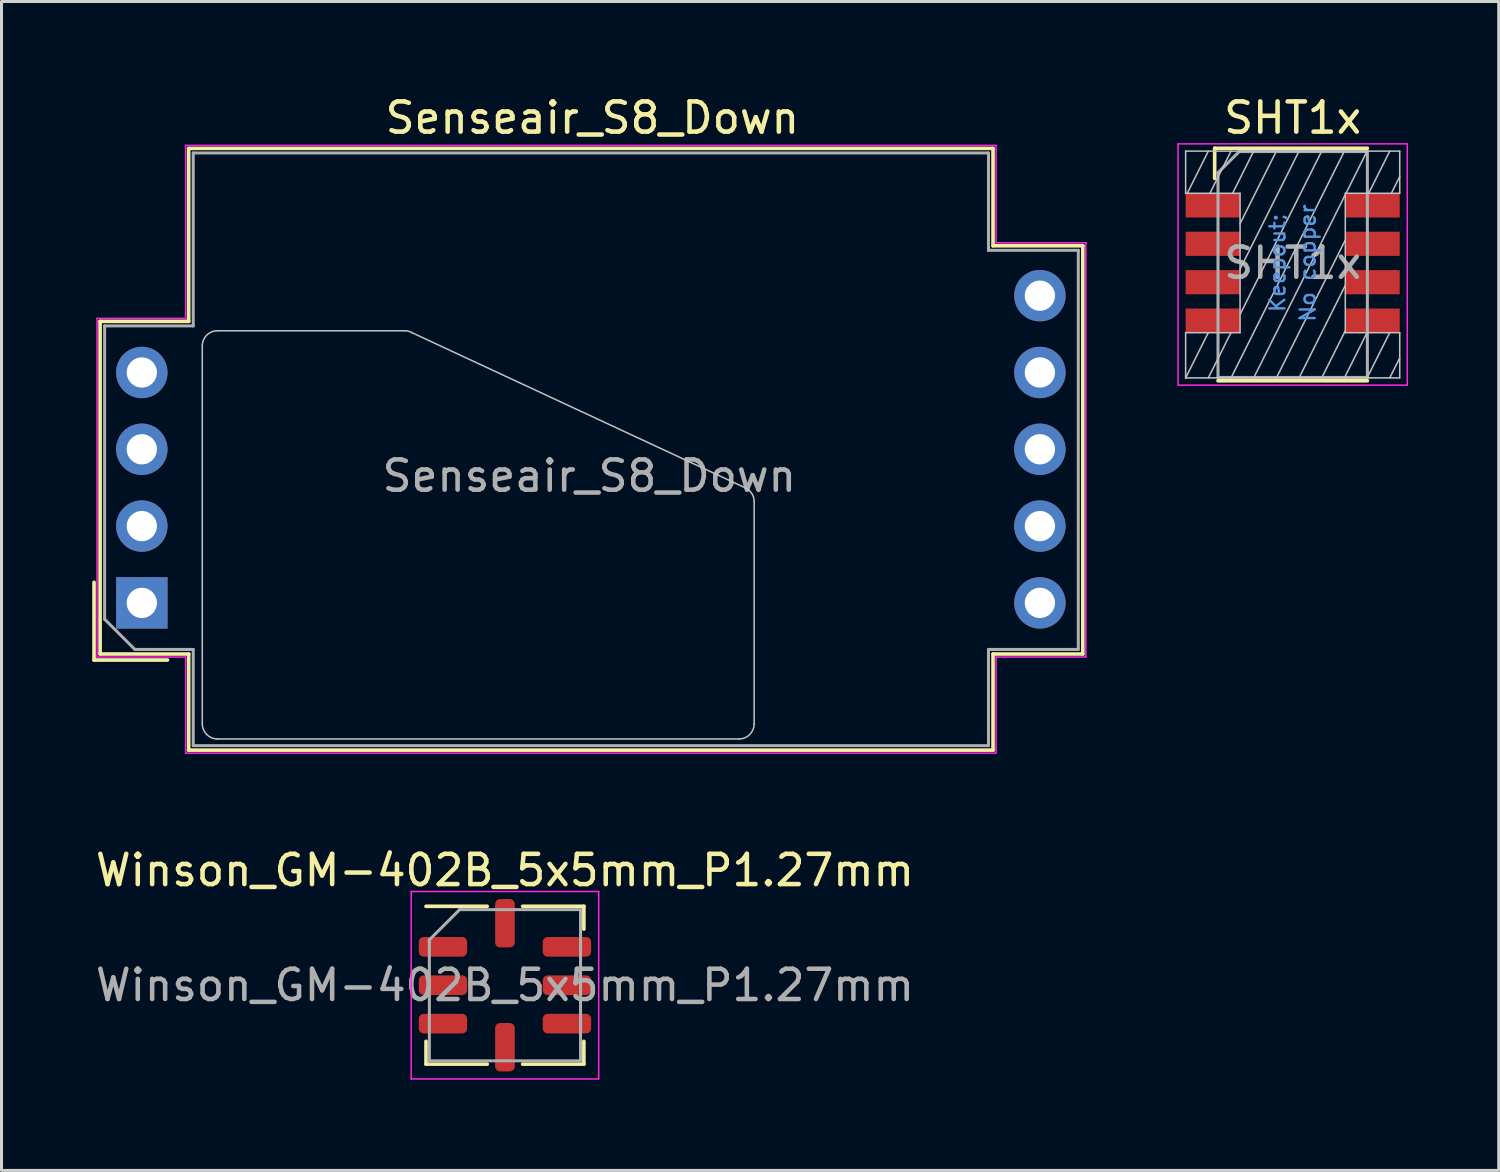
<source format=kicad_pcb>
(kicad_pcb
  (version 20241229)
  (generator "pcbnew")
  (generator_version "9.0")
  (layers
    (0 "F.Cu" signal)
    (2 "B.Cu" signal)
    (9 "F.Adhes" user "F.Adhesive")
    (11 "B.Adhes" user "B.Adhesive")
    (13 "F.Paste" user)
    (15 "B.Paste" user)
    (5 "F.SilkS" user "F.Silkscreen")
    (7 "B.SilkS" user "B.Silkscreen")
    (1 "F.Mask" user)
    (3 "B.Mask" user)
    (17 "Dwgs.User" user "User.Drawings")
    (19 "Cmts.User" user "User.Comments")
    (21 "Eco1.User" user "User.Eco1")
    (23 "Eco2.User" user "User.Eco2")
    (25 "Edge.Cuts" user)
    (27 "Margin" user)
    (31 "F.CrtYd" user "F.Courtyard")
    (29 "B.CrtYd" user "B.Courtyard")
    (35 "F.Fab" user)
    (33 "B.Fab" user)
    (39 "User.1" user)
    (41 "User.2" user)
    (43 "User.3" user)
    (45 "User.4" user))
  (footprint "SHT1x"
    (layer "F.Cu")
    (at 39.7 5.648)
    (property "Reference" "SHT1x" (at 0 -4.8 0) (layer "F.SilkS") (effects (font (size 1 1) (thickness 0.15))))
    (attr smd)
    (fp_line (start -2.58 -3.795) (end 2.47 -3.795) (stroke (width 0.12) (type solid)) (layer "F.SilkS"))
    (fp_line (start -2.58 -2.795) (end -2.58 -3.795) (stroke (width 0.12) (type solid)) (layer "F.SilkS"))
    (fp_line (start -2.47 3.895) (end 2.47 3.895) (stroke (width 0.12) (type solid)) (layer "F.SilkS"))
    (fp_line (start -3.54 -3.7) (end 3.54 -3.7) (stroke (width 0.05) (type solid)) (layer "Dwgs.User"))
    (fp_line (start -3.54 -2.305) (end -3.54 -3.7) (stroke (width 0.05) (type solid)) (layer "Dwgs.User"))
    (fp_line (start -3.54 2.305) (end -1.74 2.305) (stroke (width 0.05) (type solid)) (layer "Dwgs.User"))
    (fp_line (start -3.54 3.8) (end -3.54 2.305) (stroke (width 0.05) (type solid)) (layer "Dwgs.User"))
    (fp_line (start -3.54 3.8) (end -2.792 2.305) (stroke (width 0.05) (type solid)) (layer "Dwgs.User"))
    (fp_line (start -3.487 -2.305) (end -2.79 -3.7) (stroke (width 0.05) (type solid)) (layer "Dwgs.User"))
    (fp_line (start -2.79 3.8) (end -2.042 2.305) (stroke (width 0.05) (type solid)) (layer "Dwgs.User"))
    (fp_line (start -2.737 -2.305) (end -2.04 -3.7) (stroke (width 0.05) (type solid)) (layer "Dwgs.User"))
    (fp_line (start -2.04 3.8) (end 1.71 -3.7) (stroke (width 0.05) (type solid)) (layer "Dwgs.User"))
    (fp_line (start -1.987 -2.305) (end -1.29 -3.7) (stroke (width 0.05) (type solid)) (layer "Dwgs.User"))
    (fp_line (start -1.74 -2.305) (end -3.54 -2.305) (stroke (width 0.05) (type solid)) (layer "Dwgs.User"))
    (fp_line (start -1.74 -1.3) (end -0.54 -3.7) (stroke (width 0.05) (type solid)) (layer "Dwgs.User"))
    (fp_line (start -1.74 0.2) (end 0.21 -3.7) (stroke (width 0.05) (type solid)) (layer "Dwgs.User"))
    (fp_line (start -1.74 1.7) (end 0.96 -3.7) (stroke (width 0.05) (type solid)) (layer "Dwgs.User"))
    (fp_line (start -1.74 2.305) (end -1.74 -2.305) (stroke (width 0.05) (type solid)) (layer "Dwgs.User"))
    (fp_line (start -1.29 3.8) (end 1.74 -2.26) (stroke (width 0.05) (type solid)) (layer "Dwgs.User"))
    (fp_line (start -0.54 3.8) (end 1.74 -0.76) (stroke (width 0.05) (type solid)) (layer "Dwgs.User"))
    (fp_line (start 0.21 3.8) (end 1.74 0.74) (stroke (width 0.05) (type solid)) (layer "Dwgs.User"))
    (fp_line (start 0.96 3.8) (end 1.74 2.24) (stroke (width 0.05) (type solid)) (layer "Dwgs.User"))
    (fp_line (start 1.71 3.8) (end 2.458 2.305) (stroke (width 0.05) (type solid)) (layer "Dwgs.User"))
    (fp_line (start 1.74 -2.305) (end 1.74 2.305) (stroke (width 0.05) (type solid)) (layer "Dwgs.User"))
    (fp_line (start 1.74 2.305) (end 3.54 2.305) (stroke (width 0.05) (type solid)) (layer "Dwgs.User"))
    (fp_line (start 1.763 -2.305) (end 2.46 -3.7) (stroke (width 0.05) (type solid)) (layer "Dwgs.User"))
    (fp_line (start 2.46 3.8) (end 3.208 2.305) (stroke (width 0.05) (type solid)) (layer "Dwgs.User"))
    (fp_line (start 2.513 -2.305) (end 3.21 -3.7) (stroke (width 0.05) (type solid)) (layer "Dwgs.User"))
    (fp_line (start 3.21 3.8) (end 3.54 3.14) (stroke (width 0.05) (type solid)) (layer "Dwgs.User"))
    (fp_line (start 3.263 -2.305) (end 3.54 -2.86) (stroke (width 0.05) (type solid)) (layer "Dwgs.User"))
    (fp_line (start 3.54 -3.7) (end 3.54 -2.305) (stroke (width 0.05) (type solid)) (layer "Dwgs.User"))
    (fp_line (start 3.54 -2.305) (end 1.74 -2.305) (stroke (width 0.05) (type solid)) (layer "Dwgs.User"))
    (fp_line (start 3.54 2.305) (end 3.54 3.8) (stroke (width 0.05) (type solid)) (layer "Dwgs.User"))
    (fp_line (start 3.54 3.8) (end -3.54 3.8) (stroke (width 0.05) (type solid)) (layer "Dwgs.User"))
    (fp_line (start -3.79 -3.94) (end 3.79 -3.94) (stroke (width 0.05) (type solid)) (layer "F.CrtYd"))
    (fp_line (start -3.79 4.04) (end -3.79 -3.94) (stroke (width 0.05) (type solid)) (layer "F.CrtYd"))
    (fp_line (start 3.79 -3.94) (end 3.79 4.04) (stroke (width 0.05) (type solid)) (layer "F.CrtYd"))
    (fp_line (start 3.79 4.04) (end -3.79 4.04) (stroke (width 0.05) (type solid)) (layer "F.CrtYd"))
    (fp_line (start -2.47 -2.985) (end -1.77 -3.685) (stroke (width 0.1) (type solid)) (layer "F.Fab"))
    (fp_line (start -2.47 3.785) (end -2.47 -2.985) (stroke (width 0.1) (type solid)) (layer "F.Fab"))
    (fp_line (start -1.77 -3.685) (end 2.47 -3.685) (stroke (width 0.1) (type solid)) (layer "F.Fab"))
    (fp_line (start 2.47 -3.685) (end 2.47 3.785) (stroke (width 0.1) (type solid)) (layer "F.Fab"))
    (fp_line (start 2.47 3.785) (end -2.47 3.785) (stroke (width 0.1) (type solid)) (layer "F.Fab"))
    (fp_text user "Keepout;" (at -0.5 0 90) (layer "Cmts.User") (effects (font (size 0.5 0.5) (thickness 0.08))))
    (fp_text user "No copper" (at 0.5 0 90) (layer "Cmts.User") (effects (font (size 0.5 0.5) (thickness 0.08))))
    (fp_text user "${REFERENCE}" (at 0 0 0) (layer "F.Fab") (effects (font (size 1 1) (thickness 0.15))))
    (pad "1" smd rect (at -2.64 -1.905) (size 1.8 0.8) (layers "F.Cu" "F.Mask" "F.Paste"))
    (pad "2" smd rect (at -2.64 -0.635) (size 1.8 0.8) (layers "F.Cu" "F.Mask" "F.Paste"))
    (pad "3" smd rect (at -2.64 0.635) (size 1.8 0.8) (layers "F.Cu" "F.Mask" "F.Paste"))
    (pad "4" smd rect (at -2.64 1.905) (size 1.8 0.8) (layers "F.Cu" "F.Mask" "F.Paste"))
    (pad "5" smd rect (at 2.64 1.905) (size 1.8 0.8) (layers "F.Cu" "F.Mask" "F.Paste"))
    (pad "6" smd rect (at 2.64 0.635) (size 1.8 0.8) (layers "F.Cu" "F.Mask" "F.Paste"))
    (pad "7" smd rect (at 2.64 -0.635) (size 1.8 0.8) (layers "F.Cu" "F.Mask" "F.Paste"))
    (pad "8" smd rect (at 2.64 -1.905) (size 1.8 0.8) (layers "F.Cu" "F.Mask" "F.Paste")))
  (footprint "Winson_GM-402B_5x5mm_P1.27mm"
    (layer "F.Cu")
    (at 13.649 29.532)
    (property "Reference" "Winson_GM-402B_5x5mm_P1.27mm" (at 0 -3.8 0) (layer "F.SilkS") (effects (font (size 1 1) (thickness 0.15))))
    (attr smd)
    (fp_line (start -2.61 2.61) (end -2.61 1.855) (stroke (width 0.12) (type solid)) (layer "F.SilkS"))
    (fp_line (start -0.585 -2.61) (end -2.61 -2.61) (stroke (width 0.12) (type solid)) (layer "F.SilkS"))
    (fp_line (start -0.585 2.61) (end -2.61 2.61) (stroke (width 0.12) (type solid)) (layer "F.SilkS"))
    (fp_line (start 0.585 -2.61) (end 2.61 -2.61) (stroke (width 0.12) (type solid)) (layer "F.SilkS"))
    (fp_line (start 0.585 2.61) (end 2.61 2.61) (stroke (width 0.12) (type solid)) (layer "F.SilkS"))
    (fp_line (start 2.61 -2.61) (end 2.61 -1.855) (stroke (width 0.12) (type solid)) (layer "F.SilkS"))
    (fp_line (start 2.61 2.61) (end 2.61 1.855) (stroke (width 0.12) (type solid)) (layer "F.SilkS"))
    (fp_line (start -3.1 -3.1) (end -3.1 3.1) (stroke (width 0.05) (type solid)) (layer "F.CrtYd"))
    (fp_line (start -3.1 3.1) (end 3.1 3.1) (stroke (width 0.05) (type solid)) (layer "F.CrtYd"))
    (fp_line (start 3.1 -3.1) (end -3.1 -3.1) (stroke (width 0.05) (type solid)) (layer "F.CrtYd"))
    (fp_line (start 3.1 3.1) (end 3.1 -3.1) (stroke (width 0.05) (type solid)) (layer "F.CrtYd"))
    (fp_line (start -2.5 -1.5) (end -1.5 -2.5) (stroke (width 0.1) (type solid)) (layer "F.Fab"))
    (fp_line (start -2.5 2.5) (end -2.5 -1.5) (stroke (width 0.1) (type solid)) (layer "F.Fab"))
    (fp_line (start -1.5 -2.5) (end 2.5 -2.5) (stroke (width 0.1) (type solid)) (layer "F.Fab"))
    (fp_line (start 2.5 -2.5) (end 2.5 2.5) (stroke (width 0.1) (type solid)) (layer "F.Fab"))
    (fp_line (start 2.5 2.5) (end -2.5 2.5) (stroke (width 0.1) (type solid)) (layer "F.Fab"))
    (fp_text user "${REFERENCE}" (at 0 0 0) (layer "F.Fab") (effects (font (size 1 1) (thickness 0.15))))
    (pad "1" smd roundrect (at -2.05 -1.27) (size 1.6 0.65) (layers "F.Cu" "F.Mask" "F.Paste") (roundrect_rratio 0.25))
    (pad "2" smd roundrect (at -2.05 0) (size 1.6 0.65) (layers "F.Cu" "F.Mask" "F.Paste") (roundrect_rratio 0.25))
    (pad "3" smd roundrect (at -2.05 1.27) (size 1.6 0.65) (layers "F.Cu" "F.Mask" "F.Paste") (roundrect_rratio 0.25))
    (pad "4" smd roundrect (at 0 2.05) (size 0.65 1.6) (layers "F.Cu" "F.Mask" "F.Paste") (roundrect_rratio 0.25))
    (pad "5" smd roundrect (at 2.05 1.27) (size 1.6 0.65) (layers "F.Cu" "F.Mask" "F.Paste") (roundrect_rratio 0.25))
    (pad "6" smd roundrect (at 2.05 0) (size 1.6 0.65) (layers "F.Cu" "F.Mask" "F.Paste") (roundrect_rratio 0.25))
    (pad "7" smd roundrect (at 2.05 -1.27) (size 1.6 0.65) (layers "F.Cu" "F.Mask" "F.Paste") (roundrect_rratio 0.25))
    (pad "8" smd roundrect (at 0 -2.05) (size 0.65 1.6) (layers "F.Cu" "F.Mask" "F.Paste") (roundrect_rratio 0.25)))
  (footprint "Senseair_S8_Down"
    (layer "F.Cu")
    (at 1.64 16.888)
    (property "Reference" "Senseair_S8_Down" (at 14.9 -16.04 180) (layer "F.SilkS") (effects (font (size 1 1) (thickness 0.15))))
    (attr through_hole)
    (fp_line (start -1.58 1.89) (end -1.58 -0.68) (stroke (width 0.12) (type solid)) (layer "F.SilkS"))
    (fp_line (start -1.38 -9.31) (end -1.38 1.69) (stroke (width 0.12) (type solid)) (layer "F.SilkS"))
    (fp_line (start 0.85 1.89) (end -1.58 1.89) (stroke (width 0.12) (type solid)) (layer "F.SilkS"))
    (fp_line (start 1.55 -9.31) (end -1.38 -9.31) (stroke (width 0.12) (type solid)) (layer "F.SilkS"))
    (fp_line (start 1.55 -9.31) (end 1.55 -15.03) (stroke (width 0.12) (type solid)) (layer "F.SilkS"))
    (fp_line (start 1.55 1.69) (end -1.38 1.69) (stroke (width 0.12) (type solid)) (layer "F.SilkS"))
    (fp_line (start 1.55 4.87) (end 1.55 1.69) (stroke (width 0.12) (type solid)) (layer "F.SilkS"))
    (fp_line (start 1.55 4.87) (end 28.15 4.87) (stroke (width 0.12) (type solid)) (layer "F.SilkS"))
    (fp_line (start 28.15 -15.03) (end 1.55 -15.03) (stroke (width 0.12) (type solid)) (layer "F.SilkS"))
    (fp_line (start 28.15 -15.03) (end 28.15 -11.81) (stroke (width 0.12) (type solid)) (layer "F.SilkS"))
    (fp_line (start 28.15 1.69) (end 28.15 4.87) (stroke (width 0.12) (type solid)) (layer "F.SilkS"))
    (fp_line (start 31.12 -11.81) (end 28.15 -11.81) (stroke (width 0.12) (type solid)) (layer "F.SilkS"))
    (fp_line (start 31.12 -11.81) (end 31.12 1.69) (stroke (width 0.12) (type solid)) (layer "F.SilkS"))
    (fp_line (start 31.12 1.69) (end 28.15 1.69) (stroke (width 0.12) (type solid)) (layer "F.SilkS"))
    (fp_line (start 2 -8.5) (end 2 4) (stroke (width 0.05) (type solid)) (layer "Dwgs.User"))
    (fp_line (start 2.5 4.5) (end 19.75 4.5) (stroke (width 0.05) (type solid)) (layer "Dwgs.User"))
    (fp_line (start 8.7 -9) (end 2.5 -9) (stroke (width 0.05) (type solid)) (layer "Dwgs.User"))
    (fp_line (start 19.961 -3.803) (end 8.925 -8.94) (stroke (width 0.05) (type solid)) (layer "Dwgs.User"))
    (fp_line (start 20.25 4) (end 20.25 -3.35) (stroke (width 0.05) (type solid)) (layer "Dwgs.User"))
    (fp_arc (start 2 -8.5) (mid 2.146447 -8.853553) (end 2.5 -9) (stroke (width 0.05) (type solid)) (layer "Dwgs.User"))
    (fp_arc (start 2.5 4.5) (mid 2.146447 4.353553) (end 2 4) (stroke (width 0.05) (type solid)) (layer "Dwgs.User"))
    (fp_arc (start 8.7 -9) (mid 8.816469 -8.984667) (end 8.925 -8.939711) (stroke (width 0.05) (type solid)) (layer "Dwgs.User"))
    (fp_arc (start 19.961309 -3.803154) (mid 20.171696 -3.61865) (end 20.25 -3.35) (stroke (width 0.05) (type solid)) (layer "Dwgs.User"))
    (fp_arc (start 20.25 4) (mid 20.103553 4.353553) (end 19.75 4.5) (stroke (width 0.05) (type solid)) (layer "Dwgs.User"))
    (fp_line (start -1.48 -9.41) (end -1.48 1.79) (stroke (width 0.05) (type solid)) (layer "F.CrtYd"))
    (fp_line (start 1.45 -9.41) (end -1.48 -9.41) (stroke (width 0.05) (type solid)) (layer "F.CrtYd"))
    (fp_line (start 1.45 -9.41) (end 1.45 -15.13) (stroke (width 0.05) (type solid)) (layer "F.CrtYd"))
    (fp_line (start 1.45 1.79) (end -1.48 1.79) (stroke (width 0.05) (type solid)) (layer "F.CrtYd"))
    (fp_line (start 1.45 4.97) (end 1.45 1.79) (stroke (width 0.05) (type solid)) (layer "F.CrtYd"))
    (fp_line (start 1.45 4.97) (end 28.25 4.97) (stroke (width 0.05) (type solid)) (layer "F.CrtYd"))
    (fp_line (start 28.25 -15.13) (end 1.45 -15.13) (stroke (width 0.05) (type solid)) (layer "F.CrtYd"))
    (fp_line (start 28.25 -15.13) (end 28.25 -11.91) (stroke (width 0.05) (type solid)) (layer "F.CrtYd"))
    (fp_line (start 28.25 1.79) (end 28.25 4.97) (stroke (width 0.05) (type solid)) (layer "F.CrtYd"))
    (fp_line (start 31.22 -11.91) (end 28.25 -11.91) (stroke (width 0.05) (type solid)) (layer "F.CrtYd"))
    (fp_line (start 31.22 -11.91) (end 31.22 1.79) (stroke (width 0.05) (type solid)) (layer "F.CrtYd"))
    (fp_line (start 31.22 1.79) (end 28.25 1.79) (stroke (width 0.05) (type solid)) (layer "F.CrtYd"))
    (fp_line (start -1.23 -9.16) (end -1.23 0.54) (stroke (width 0.1) (type solid)) (layer "F.Fab"))
    (fp_line (start -1.23 0.54) (end -0.23 1.54) (stroke (width 0.1) (type solid)) (layer "F.Fab"))
    (fp_line (start 1.7 -9.16) (end -1.23 -9.16) (stroke (width 0.1) (type solid)) (layer "F.Fab"))
    (fp_line (start 1.7 -9.16) (end 1.7 -14.88) (stroke (width 0.1) (type solid)) (layer "F.Fab"))
    (fp_line (start 1.7 1.54) (end -0.23 1.54) (stroke (width 0.1) (type solid)) (layer "F.Fab"))
    (fp_line (start 1.7 4.72) (end 1.7 1.54) (stroke (width 0.1) (type solid)) (layer "F.Fab"))
    (fp_line (start 1.7 4.72) (end 28 4.72) (stroke (width 0.1) (type solid)) (layer "F.Fab"))
    (fp_line (start 28 -14.88) (end 1.7 -14.88) (stroke (width 0.1) (type solid)) (layer "F.Fab"))
    (fp_line (start 28 -14.88) (end 28 -11.66) (stroke (width 0.1) (type solid)) (layer "F.Fab"))
    (fp_line (start 28 1.54) (end 28 4.72) (stroke (width 0.1) (type solid)) (layer "F.Fab"))
    (fp_line (start 30.97 -11.66) (end 28 -11.66) (stroke (width 0.1) (type solid)) (layer "F.Fab"))
    (fp_line (start 30.97 -11.66) (end 30.97 1.54) (stroke (width 0.1) (type solid)) (layer "F.Fab"))
    (fp_line (start 30.97 1.54) (end 28 1.54) (stroke (width 0.1) (type solid)) (layer "F.Fab"))
    (fp_text user "${REFERENCE}" (at 14.8 -4.2 0) (layer "F.Fab") (effects (font (size 1 1) (thickness 0.15))))
    (pad "1" thru_hole rect (at 0 0) (size 1.7 1.7) (drill 1) (layers "*.Cu" "*.Mask"))
    (pad "2" thru_hole circle (at 0 -2.54) (size 1.7 1.7) (drill 1) (layers "*.Cu" "*.Mask"))
    (pad "3" thru_hole circle (at 0 -5.08) (size 1.7 1.7) (drill 1) (layers "*.Cu" "*.Mask"))
    (pad "4" thru_hole circle (at 0 -7.62) (size 1.7 1.7) (drill 1) (layers "*.Cu" "*.Mask"))
    (pad "5" thru_hole circle (at 29.7 -10.16) (size 1.7 1.7) (drill 1) (layers "*.Cu" "*.Mask"))
    (pad "6" thru_hole circle (at 29.7 -7.62) (size 1.7 1.7) (drill 1) (layers "*.Cu" "*.Mask"))
    (pad "7" thru_hole circle (at 29.7 -5.08) (size 1.7 1.7) (drill 1) (layers "*.Cu" "*.Mask"))
    (pad "8" thru_hole circle (at 29.7 -2.54) (size 1.7 1.7) (drill 1) (layers "*.Cu" "*.Mask"))
    (pad "9" thru_hole circle (at 29.7 0) (size 1.7 1.7) (drill 1) (layers "*.Cu" "*.Mask")))
  (gr_rect
    (start -3 -3)
    (end 46.515 35.657)
    (stroke (width 0.1) (type default))
    (fill no)
    (layer "Edge.Cuts")))
</source>
